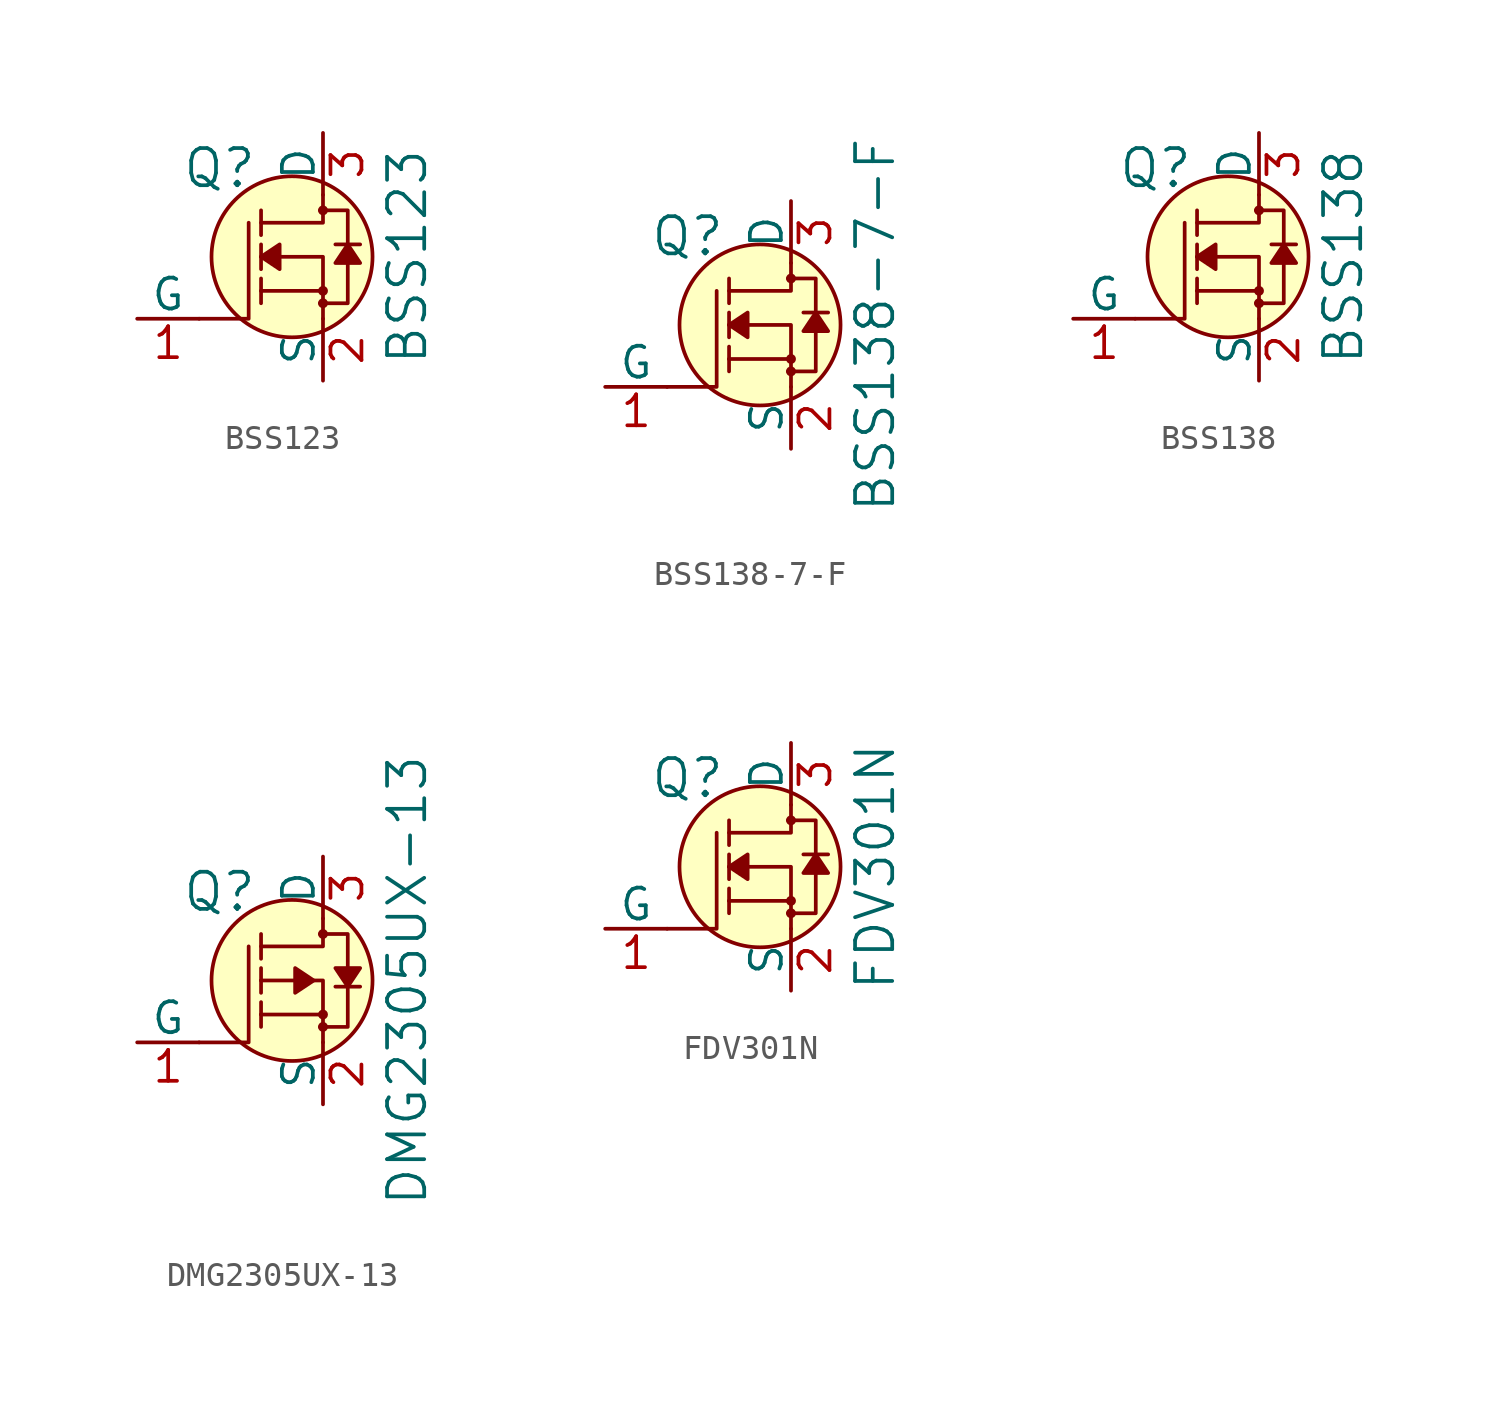
<source format=kicad_sym>
(kicad_symbol_lib
  (version 20231120)
  (generator "kicad_symbol_editor")
  (generator_version "8.0")
  (symbol "BSS123"
    (pin_names
      (offset 0))
    (property "Reference" "Q"
      (at -2.692 3.632 0)
      (effects (font (size 1.524 1.524)) (justify right)))
    (property "Value" "BSS123"
      (at 3.454 0 90)
      (effects (font (size 1.524 1.524))))
    (symbol "BSS123_0_1"
      (circle (center -1.27 0) (radius 3.302) (stroke (width 0) (type default)) (fill (type background)))
      (circle (center 0 -1.905) (radius 0.127) (stroke (width 0) (type default)) (fill (type none)))
      (circle (center 0 -1.397) (radius 0.127) (stroke (width 0) (type default)) (fill (type none)))
      (polyline (pts (xy 0 -1.397) (xy -2.54 -1.397)) (stroke (width 0) (type default)) (fill (type none)))
      (polyline (pts (xy -5.08 -2.54) (xy -3.048 -2.54) (xy -3.048 1.397)) (stroke (width 0) (type default)) (fill (type none)))
      (polyline (pts (xy 0 -2.54) (xy 0 0) (xy -2.54 0)) (stroke (width 0) (type default)) (fill (type none)))
      (polyline (pts (xy 0 2.54) (xy 0 1.397) (xy -2.54 1.397)) (stroke (width 0) (type default)) (fill (type none)))
      (polyline (pts (xy -0.127 -1.905) (xy 1.016 -1.905) (xy 1.016 1.397) (xy 1.016 1.905) (xy -0.127 1.905)) (stroke (width 0) (type default)) (fill (type none)))
      (circle (center 0 1.905) (radius 0.127) (stroke (width 0) (type default)) (fill (type none))))
    (symbol "BSS123_1_1"
      (polyline (pts (xy -2.54 -1.397) (xy -2.54 -1.905)) (stroke (width 0) (type default)) (fill (type none)))
      (polyline (pts (xy -2.54 -1.397) (xy -2.54 -0.889)) (stroke (width 0) (type default)) (fill (type none)))
      (polyline (pts (xy -2.54 0) (xy -2.54 -0.508)) (stroke (width 0) (type default)) (fill (type none)))
      (polyline (pts (xy -2.54 0) (xy -2.54 0.508)) (stroke (width 0) (type default)) (fill (type none)))
      (polyline (pts (xy -2.54 1.905) (xy -2.54 0.889)) (stroke (width 0) (type default)) (fill (type none)))
      (polyline (pts (xy 1.524 0.508) (xy 0.508 0.508)) (stroke (width 0) (type default)) (fill (type none)))
      (polyline (pts (xy -2.54 0) (xy -1.778 0.508) (xy -1.778 -0.508) (xy -2.54 0)) (stroke (width 0) (type default)) (fill (type outline)))
      (polyline (pts (xy 1.016 0.508) (xy 0.508 -0.254) (xy 1.524 -0.254) (xy 1.016 0.508)) (stroke (width 0) (type default)) (fill (type outline)))
      (pin bidirectional line (at -7.62 -2.54 0) (length 2.54) (name "G" (effects (font (size 1.27 1.27)))) (number "1" (effects (font (size 1.27 1.27)))))
      (pin bidirectional line (at 0 -5.08 90) (length 2.54) (name "S" (effects (font (size 1.27 1.27)))) (number "2" (effects (font (size 1.27 1.27)))))
      (pin bidirectional line (at 0 5.08 270) (length 2.54) (name "D" (effects (font (size 1.27 1.27)))) (number "3" (effects (font (size 1.27 1.27)))))))
  (symbol "BSS138-7-F"
    (pin_names
      (offset 0))
    (property "Reference" "Q"
      (at -2.692 3.632 0)
      (effects (font (size 1.524 1.524)) (justify right)))
    (property "Value" "BSS138-7-F"
      (at 3.454 0 90)
      (effects (font (size 1.524 1.524))))
    (symbol "BSS138-7-F_0_1"
      (circle (center -1.27 0) (radius 3.302) (stroke (width 0) (type default)) (fill (type background)))
      (circle (center 0 -1.905) (radius 0.127) (stroke (width 0) (type default)) (fill (type none)))
      (circle (center 0 -1.397) (radius 0.127) (stroke (width 0) (type default)) (fill (type none)))
      (polyline (pts (xy 0 -1.397) (xy -2.54 -1.397)) (stroke (width 0) (type default)) (fill (type none)))
      (polyline (pts (xy -5.08 -2.54) (xy -3.048 -2.54) (xy -3.048 1.397)) (stroke (width 0) (type default)) (fill (type none)))
      (polyline (pts (xy 0 -2.54) (xy 0 0) (xy -2.54 0)) (stroke (width 0) (type default)) (fill (type none)))
      (polyline (pts (xy 0 2.54) (xy 0 1.397) (xy -2.54 1.397)) (stroke (width 0) (type default)) (fill (type none)))
      (polyline (pts (xy -0.127 -1.905) (xy 1.016 -1.905) (xy 1.016 1.397) (xy 1.016 1.905) (xy -0.127 1.905)) (stroke (width 0) (type default)) (fill (type none)))
      (circle (center 0 1.905) (radius 0.127) (stroke (width 0) (type default)) (fill (type none))))
    (symbol "BSS138-7-F_1_1"
      (polyline (pts (xy -2.54 -1.397) (xy -2.54 -1.905)) (stroke (width 0) (type default)) (fill (type none)))
      (polyline (pts (xy -2.54 -1.397) (xy -2.54 -0.889)) (stroke (width 0) (type default)) (fill (type none)))
      (polyline (pts (xy -2.54 0) (xy -2.54 -0.508)) (stroke (width 0) (type default)) (fill (type none)))
      (polyline (pts (xy -2.54 0) (xy -2.54 0.508)) (stroke (width 0) (type default)) (fill (type none)))
      (polyline (pts (xy -2.54 1.905) (xy -2.54 0.889)) (stroke (width 0) (type default)) (fill (type none)))
      (polyline (pts (xy 1.524 0.508) (xy 0.508 0.508)) (stroke (width 0) (type default)) (fill (type none)))
      (polyline (pts (xy -2.54 0) (xy -1.778 0.508) (xy -1.778 -0.508) (xy -2.54 0)) (stroke (width 0) (type default)) (fill (type outline)))
      (polyline (pts (xy 1.016 0.508) (xy 0.508 -0.254) (xy 1.524 -0.254) (xy 1.016 0.508)) (stroke (width 0) (type default)) (fill (type outline)))
      (pin bidirectional line (at -7.62 -2.54 0) (length 2.54) (name "G" (effects (font (size 1.27 1.27)))) (number "1" (effects (font (size 1.27 1.27)))))
      (pin bidirectional line (at 0 -5.08 90) (length 2.54) (name "S" (effects (font (size 1.27 1.27)))) (number "2" (effects (font (size 1.27 1.27)))))
      (pin bidirectional line (at 0 5.08 270) (length 2.54) (name "D" (effects (font (size 1.27 1.27)))) (number "3" (effects (font (size 1.27 1.27)))))))
  (symbol "BSS138"
    (pin_names
      (offset 0))
    (property "Reference" "Q"
      (at -2.692 3.632 0)
      (effects (font (size 1.524 1.524)) (justify right)))
    (property "Value" "BSS138"
      (at 3.454 0 90)
      (effects (font (size 1.524 1.524))))
    (symbol "BSS138_0_1"
      (circle (center -1.27 0) (radius 3.302) (stroke (width 0) (type default)) (fill (type background)))
      (circle (center 0 -1.905) (radius 0.127) (stroke (width 0) (type default)) (fill (type none)))
      (circle (center 0 -1.397) (radius 0.127) (stroke (width 0) (type default)) (fill (type none)))
      (polyline (pts (xy 0 -1.397) (xy -2.54 -1.397)) (stroke (width 0) (type default)) (fill (type none)))
      (polyline (pts (xy -5.08 -2.54) (xy -3.048 -2.54) (xy -3.048 1.397)) (stroke (width 0) (type default)) (fill (type none)))
      (polyline (pts (xy 0 -2.54) (xy 0 0) (xy -2.54 0)) (stroke (width 0) (type default)) (fill (type none)))
      (polyline (pts (xy 0 2.54) (xy 0 1.397) (xy -2.54 1.397)) (stroke (width 0) (type default)) (fill (type none)))
      (polyline (pts (xy -0.127 -1.905) (xy 1.016 -1.905) (xy 1.016 1.397) (xy 1.016 1.905) (xy -0.127 1.905)) (stroke (width 0) (type default)) (fill (type none)))
      (circle (center 0 1.905) (radius 0.127) (stroke (width 0) (type default)) (fill (type none))))
    (symbol "BSS138_1_1"
      (polyline (pts (xy -2.54 -1.397) (xy -2.54 -1.905)) (stroke (width 0) (type default)) (fill (type none)))
      (polyline (pts (xy -2.54 -1.397) (xy -2.54 -0.889)) (stroke (width 0) (type default)) (fill (type none)))
      (polyline (pts (xy -2.54 0) (xy -2.54 -0.508)) (stroke (width 0) (type default)) (fill (type none)))
      (polyline (pts (xy -2.54 0) (xy -2.54 0.508)) (stroke (width 0) (type default)) (fill (type none)))
      (polyline (pts (xy -2.54 1.905) (xy -2.54 0.889)) (stroke (width 0) (type default)) (fill (type none)))
      (polyline (pts (xy 1.524 0.508) (xy 0.508 0.508)) (stroke (width 0) (type default)) (fill (type none)))
      (polyline (pts (xy -2.54 0) (xy -1.778 0.508) (xy -1.778 -0.508) (xy -2.54 0)) (stroke (width 0) (type default)) (fill (type outline)))
      (polyline (pts (xy 1.016 0.508) (xy 0.508 -0.254) (xy 1.524 -0.254) (xy 1.016 0.508)) (stroke (width 0) (type default)) (fill (type outline)))
      (pin bidirectional line (at -7.62 -2.54 0) (length 2.54) (name "G" (effects (font (size 1.27 1.27)))) (number "1" (effects (font (size 1.27 1.27)))))
      (pin bidirectional line (at 0 -5.08 90) (length 2.54) (name "S" (effects (font (size 1.27 1.27)))) (number "2" (effects (font (size 1.27 1.27)))))
      (pin bidirectional line (at 0 5.08 270) (length 2.54) (name "D" (effects (font (size 1.27 1.27)))) (number "3" (effects (font (size 1.27 1.27)))))))
  (symbol "DMG2305UX-13"
    (pin_names
      (offset 0))
    (property "Reference" "Q"
      (at -2.692 3.632 0)
      (effects (font (size 1.524 1.524)) (justify right)))
    (property "Value" "DMG2305UX-13"
      (at 3.454 0 90)
      (effects (font (size 1.524 1.524))))
    (symbol "DMG2305UX-13_0_1"
      (circle (center -1.27 0) (radius 3.302) (stroke (width 0) (type default)) (fill (type background)))
      (circle (center 0 -1.905) (radius 0.127) (stroke (width 0) (type default)) (fill (type none)))
      (circle (center 0 -1.397) (radius 0.127) (stroke (width 0) (type default)) (fill (type none)))
      (polyline (pts (xy 0 -1.397) (xy -2.54 -1.397)) (stroke (width 0) (type default)) (fill (type none)))
      (polyline (pts (xy -5.08 -2.54) (xy -3.048 -2.54) (xy -3.048 1.397)) (stroke (width 0) (type default)) (fill (type none)))
      (polyline (pts (xy 0 -2.54) (xy 0 0) (xy -2.54 0)) (stroke (width 0) (type default)) (fill (type none)))
      (polyline (pts (xy 0 2.54) (xy 0 1.397) (xy -2.54 1.397)) (stroke (width 0) (type default)) (fill (type none)))
      (polyline (pts (xy -0.127 -1.905) (xy 1.016 -1.905) (xy 1.016 1.397) (xy 1.016 1.905) (xy -0.127 1.905)) (stroke (width 0) (type default)) (fill (type none)))
      (circle (center 0 1.905) (radius 0.127) (stroke (width 0) (type default)) (fill (type none))))
    (symbol "DMG2305UX-13_1_1"
      (polyline (pts (xy -2.54 -1.397) (xy -2.54 -1.905)) (stroke (width 0) (type default)) (fill (type none)))
      (polyline (pts (xy -2.54 -1.397) (xy -2.54 -0.889)) (stroke (width 0) (type default)) (fill (type none)))
      (polyline (pts (xy -2.54 0) (xy -2.54 -0.508)) (stroke (width 0) (type default)) (fill (type none)))
      (polyline (pts (xy -2.54 0) (xy -2.54 0.508)) (stroke (width 0) (type default)) (fill (type none)))
      (polyline (pts (xy -2.54 1.905) (xy -2.54 0.889)) (stroke (width 0) (type default)) (fill (type none)))
      (polyline (pts (xy 1.524 -0.254) (xy 0.508 -0.254)) (stroke (width 0) (type default)) (fill (type none)))
      (polyline (pts (xy -0.381 0) (xy -1.143 0.508) (xy -1.143 -0.508) (xy -0.381 0)) (stroke (width 0) (type default)) (fill (type outline)))
      (polyline (pts (xy 1.016 -0.254) (xy 1.524 0.508) (xy 0.508 0.508) (xy 1.016 -0.254)) (stroke (width 0) (type default)) (fill (type outline)))
      (pin bidirectional line (at -7.62 -2.54 0) (length 2.54) (name "G" (effects (font (size 1.27 1.27)))) (number "1" (effects (font (size 1.27 1.27)))))
      (pin bidirectional line (at 0 -5.08 90) (length 2.54) (name "S" (effects (font (size 1.27 1.27)))) (number "2" (effects (font (size 1.27 1.27)))))
      (pin bidirectional line (at 0 5.08 270) (length 2.54) (name "D" (effects (font (size 1.27 1.27)))) (number "3" (effects (font (size 1.27 1.27)))))))
  (symbol "FDV301N"
    (pin_names
      (offset 0))
    (property "Reference" "Q"
      (at -2.692 3.632 0)
      (effects (font (size 1.524 1.524)) (justify right)))
    (property "Value" "FDV301N"
      (at 3.454 0 90)
      (effects (font (size 1.524 1.524))))
    (symbol "FDV301N_0_1"
      (circle (center -1.27 0) (radius 3.302) (stroke (width 0) (type default)) (fill (type background)))
      (circle (center 0 -1.905) (radius 0.127) (stroke (width 0) (type default)) (fill (type none)))
      (circle (center 0 -1.397) (radius 0.127) (stroke (width 0) (type default)) (fill (type none)))
      (polyline (pts (xy 0 -1.397) (xy -2.54 -1.397)) (stroke (width 0) (type default)) (fill (type none)))
      (polyline (pts (xy -5.08 -2.54) (xy -3.048 -2.54) (xy -3.048 1.397)) (stroke (width 0) (type default)) (fill (type none)))
      (polyline (pts (xy 0 -2.54) (xy 0 0) (xy -2.54 0)) (stroke (width 0) (type default)) (fill (type none)))
      (polyline (pts (xy 0 2.54) (xy 0 1.397) (xy -2.54 1.397)) (stroke (width 0) (type default)) (fill (type none)))
      (polyline (pts (xy -0.127 -1.905) (xy 1.016 -1.905) (xy 1.016 1.397) (xy 1.016 1.905) (xy -0.127 1.905)) (stroke (width 0) (type default)) (fill (type none)))
      (circle (center 0 1.905) (radius 0.127) (stroke (width 0) (type default)) (fill (type none))))
    (symbol "FDV301N_1_1"
      (polyline (pts (xy -2.54 -1.397) (xy -2.54 -1.905)) (stroke (width 0) (type default)) (fill (type none)))
      (polyline (pts (xy -2.54 -1.397) (xy -2.54 -0.889)) (stroke (width 0) (type default)) (fill (type none)))
      (polyline (pts (xy -2.54 0) (xy -2.54 -0.508)) (stroke (width 0) (type default)) (fill (type none)))
      (polyline (pts (xy -2.54 0) (xy -2.54 0.508)) (stroke (width 0) (type default)) (fill (type none)))
      (polyline (pts (xy -2.54 1.905) (xy -2.54 0.889)) (stroke (width 0) (type default)) (fill (type none)))
      (polyline (pts (xy 1.524 0.508) (xy 0.508 0.508)) (stroke (width 0) (type default)) (fill (type none)))
      (polyline (pts (xy -2.54 0) (xy -1.778 0.508) (xy -1.778 -0.508) (xy -2.54 0)) (stroke (width 0) (type default)) (fill (type outline)))
      (polyline (pts (xy 1.016 0.508) (xy 0.508 -0.254) (xy 1.524 -0.254) (xy 1.016 0.508)) (stroke (width 0) (type default)) (fill (type outline)))
      (pin bidirectional line (at -7.62 -2.54 0) (length 2.54) (name "G" (effects (font (size 1.27 1.27)))) (number "1" (effects (font (size 1.27 1.27)))))
      (pin bidirectional line (at 0 -5.08 90) (length 2.54) (name "S" (effects (font (size 1.27 1.27)))) (number "2" (effects (font (size 1.27 1.27)))))
      (pin bidirectional line (at 0 5.08 270) (length 2.54) (name "D" (effects (font (size 1.27 1.27)))) (number "3" (effects (font (size 1.27 1.27))))))))
</source>
